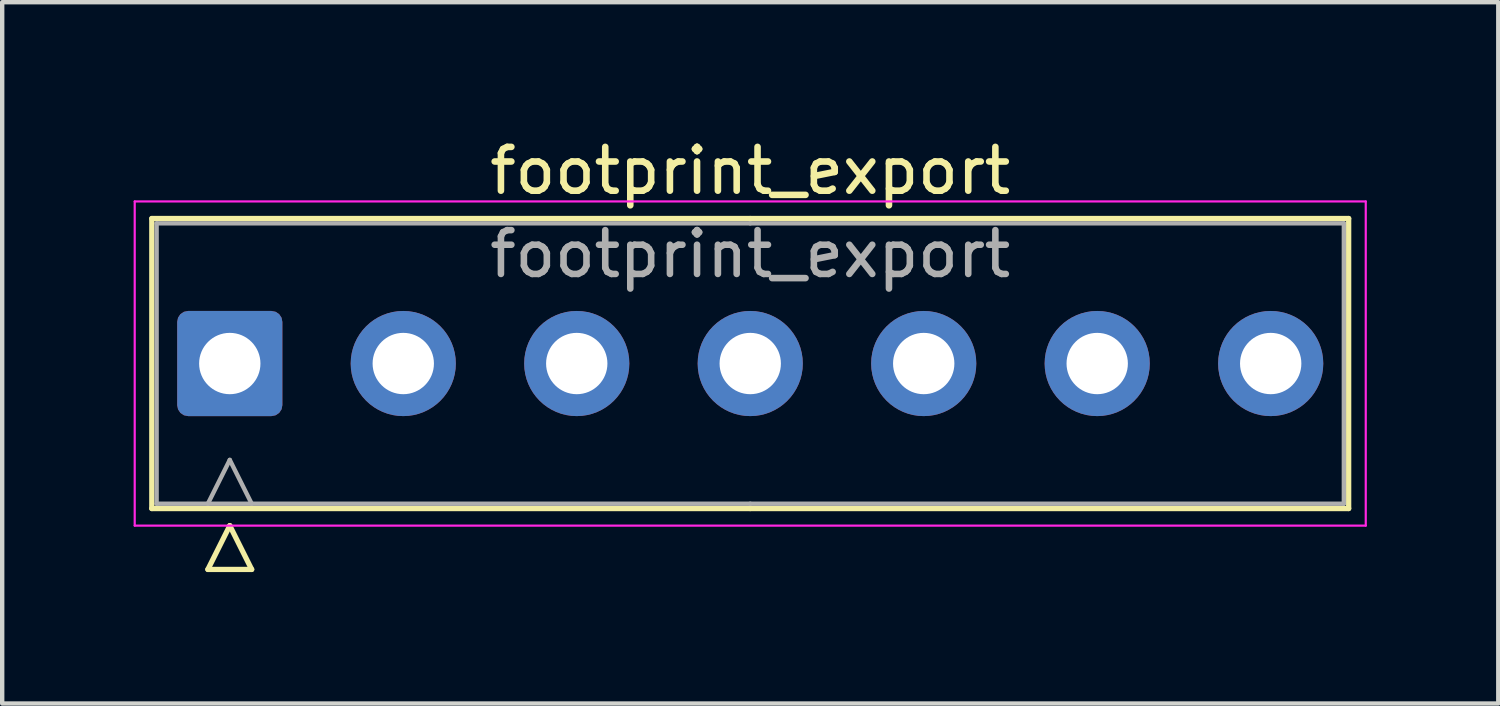
<source format=kicad_pcb>
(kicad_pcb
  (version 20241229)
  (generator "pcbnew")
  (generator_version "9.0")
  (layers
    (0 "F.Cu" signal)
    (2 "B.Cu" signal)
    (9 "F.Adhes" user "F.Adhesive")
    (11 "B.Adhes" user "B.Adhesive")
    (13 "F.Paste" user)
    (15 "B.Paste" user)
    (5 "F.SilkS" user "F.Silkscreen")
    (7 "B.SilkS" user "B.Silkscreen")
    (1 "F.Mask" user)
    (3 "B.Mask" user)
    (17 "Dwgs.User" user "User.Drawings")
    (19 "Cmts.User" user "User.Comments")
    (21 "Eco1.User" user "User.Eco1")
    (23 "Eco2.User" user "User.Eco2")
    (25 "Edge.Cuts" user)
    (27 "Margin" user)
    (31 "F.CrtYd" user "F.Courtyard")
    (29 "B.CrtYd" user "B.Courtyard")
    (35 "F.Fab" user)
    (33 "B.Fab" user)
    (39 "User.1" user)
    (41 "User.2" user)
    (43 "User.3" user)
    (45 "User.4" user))
  (footprint "footprint_export"
    (layer "F.Cu")
    (at 2.195 5.248)
    (property "Reference" "footprint_export" (at 11.88 -4.4 0) (layer "F.SilkS") (effects (font (size 1 1) (thickness 0.15))))
    (attr through_hole)
    (fp_line (start -1.78 -3.31) (end -1.78 3.31) (stroke (width 0.12) (type solid)) (layer "F.SilkS"))
    (fp_line (start -1.78 3.31) (end 11.88 3.31) (stroke (width 0.12) (type solid)) (layer "F.SilkS"))
    (fp_line (start -0.5 4.7) (end 0 3.7) (stroke (width 0.12) (type solid)) (layer "F.SilkS"))
    (fp_line (start 0 3.7) (end 0.5 4.7) (stroke (width 0.12) (type solid)) (layer "F.SilkS"))
    (fp_line (start 0.5 4.7) (end -0.5 4.7) (stroke (width 0.12) (type solid)) (layer "F.SilkS"))
    (fp_line (start 11.88 -3.31) (end -1.78 -3.31) (stroke (width 0.12) (type solid)) (layer "F.SilkS"))
    (fp_line (start 11.88 -3.31) (end 25.54 -3.31) (stroke (width 0.12) (type solid)) (layer "F.SilkS"))
    (fp_line (start 25.54 -3.31) (end 25.54 3.31) (stroke (width 0.12) (type solid)) (layer "F.SilkS"))
    (fp_line (start 25.54 3.31) (end 11.88 3.31) (stroke (width 0.12) (type solid)) (layer "F.SilkS"))
    (fp_line (start -2.17 -3.7) (end -2.17 3.7) (stroke (width 0.05) (type solid)) (layer "F.CrtYd"))
    (fp_line (start -2.17 3.7) (end 25.93 3.7) (stroke (width 0.05) (type solid)) (layer "F.CrtYd"))
    (fp_line (start 25.93 -3.7) (end -2.17 -3.7) (stroke (width 0.05) (type solid)) (layer "F.CrtYd"))
    (fp_line (start 25.93 3.7) (end 25.93 -3.7) (stroke (width 0.05) (type solid)) (layer "F.CrtYd"))
    (fp_line (start -1.67 -3.2) (end -1.67 3.2) (stroke (width 0.1) (type solid)) (layer "F.Fab"))
    (fp_line (start -1.67 3.2) (end 11.88 3.2) (stroke (width 0.1) (type solid)) (layer "F.Fab"))
    (fp_line (start -0.5 3.2) (end 0 2.2) (stroke (width 0.1) (type solid)) (layer "F.Fab"))
    (fp_line (start 0 2.2) (end 0.5 3.2) (stroke (width 0.1) (type solid)) (layer "F.Fab"))
    (fp_line (start 11.88 -3.2) (end -1.67 -3.2) (stroke (width 0.1) (type solid)) (layer "F.Fab"))
    (fp_line (start 11.88 -3.2) (end 25.43 -3.2) (stroke (width 0.1) (type solid)) (layer "F.Fab"))
    (fp_line (start 25.43 -3.2) (end 25.43 3.2) (stroke (width 0.1) (type solid)) (layer "F.Fab"))
    (fp_line (start 25.43 3.2) (end 11.88 3.2) (stroke (width 0.1) (type solid)) (layer "F.Fab"))
    (fp_text user "${REFERENCE}" (at 11.88 -2.5 0) (layer "F.Fab") (effects (font (size 1 1) (thickness 0.15))))
    (pad "1" thru_hole roundrect (at 0 0) (size 2.4 2.4) (drill 1.4) (layers "*.Cu" "*.Mask") (roundrect_rratio 0.104))
    (pad "2" thru_hole circle (at 3.96 0) (size 2.4 2.4) (drill 1.4) (layers "*.Cu" "*.Mask"))
    (pad "3" thru_hole circle (at 7.92 0) (size 2.4 2.4) (drill 1.4) (layers "*.Cu" "*.Mask"))
    (pad "4" thru_hole circle (at 11.88 0) (size 2.4 2.4) (drill 1.4) (layers "*.Cu" "*.Mask"))
    (pad "5" thru_hole circle (at 15.84 0) (size 2.4 2.4) (drill 1.4) (layers "*.Cu" "*.Mask"))
    (pad "6" thru_hole circle (at 19.8 0) (size 2.4 2.4) (drill 1.4) (layers "*.Cu" "*.Mask"))
    (pad "7" thru_hole circle (at 23.76 0) (size 2.4 2.4) (drill 1.4) (layers "*.Cu" "*.Mask")))
  (gr_rect
    (start -3 -3)
    (end 31.15 13.008)
    (stroke (width 0.1) (type default))
    (fill no)
    (layer "Edge.Cuts")))
</source>
